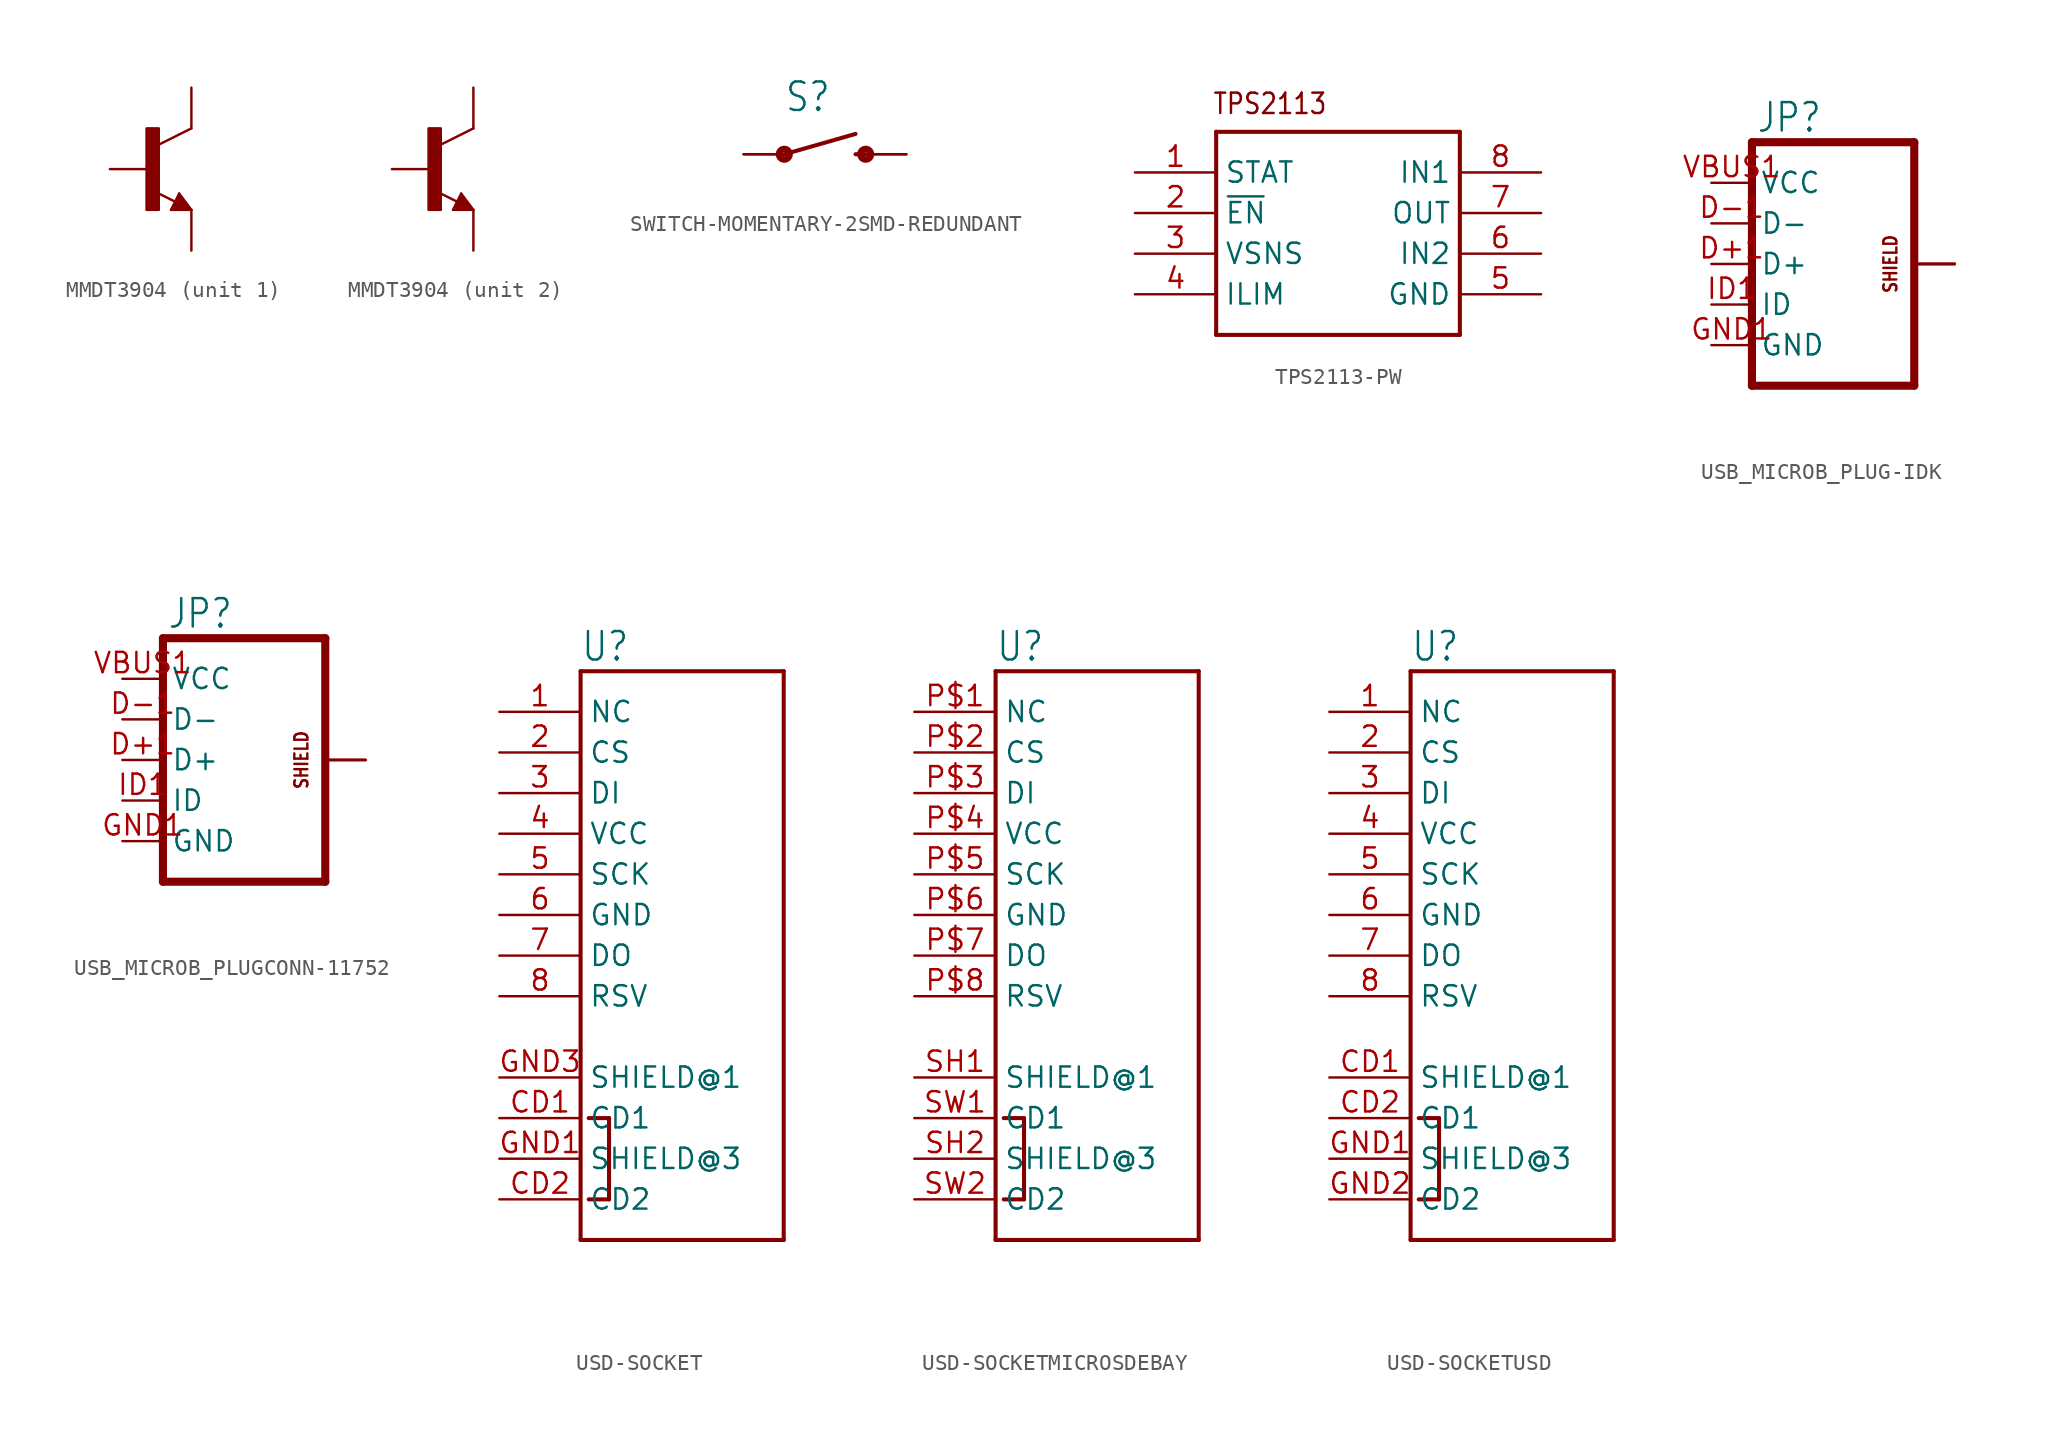
<source format=kicad_sym>
(kicad_symbol_lib
  (version 20231120)
  (generator "kicad_symbol_editor")
  (generator_version "8.0")
  (symbol "MMDT3904"
    (property "Reference" ""
      (at 5.08 0 0)
      (effects (font (size 1.778 1.511)) (justify left bottom) (hide yes)))
    (property "Value" ""
      (at 5.08 -2.54 0)
      (effects (font (size 1.778 1.511)) (justify left bottom)))
    (property "ki_locked" ""
      (at 0 0 0)
      (effects (font (size 1.27 1.27))))
    (symbol "MMDT3904_1_0"
      (rectangle (start -0.254 -2.54) (end 0.508 2.54) (stroke (width 0) (type default)) (fill (type outline)))
      (polyline (pts (xy 1.27 -2.54) (xy 1.778 -1.524)) (stroke (width 0.152) (type solid)) (fill (type none)))
      (polyline (pts (xy 1.524 -2.413) (xy 2.286 -2.413)) (stroke (width 0.254) (type solid)) (fill (type none)))
      (polyline (pts (xy 1.524 -2.286) (xy 1.905 -2.286)) (stroke (width 0.254) (type solid)) (fill (type none)))
      (polyline (pts (xy 1.54 -2.04) (xy 0.308 -1.424)) (stroke (width 0.152) (type solid)) (fill (type none)))
      (polyline (pts (xy 1.778 -1.778) (xy 1.524 -2.286)) (stroke (width 0.254) (type solid)) (fill (type none)))
      (polyline (pts (xy 1.778 -1.524) (xy 2.54 -2.54)) (stroke (width 0.152) (type solid)) (fill (type none)))
      (polyline (pts (xy 1.905 -2.286) (xy 1.778 -2.032)) (stroke (width 0.254) (type solid)) (fill (type none)))
      (polyline (pts (xy 2.286 -2.413) (xy 1.778 -1.778)) (stroke (width 0.254) (type solid)) (fill (type none)))
      (polyline (pts (xy 2.54 -2.54) (xy 1.27 -2.54)) (stroke (width 0.152) (type solid)) (fill (type none)))
      (polyline (pts (xy 2.54 2.54) (xy 0.508 1.524)) (stroke (width 0.152) (type solid)) (fill (type none)))
      (pin passive line (at 2.54 5.08 270) (length 2.54) (name "C" (effects (font (size 0 0)))) (number "3" (effects (font (size 0 0)))))
      (pin passive line (at 2.54 -5.08 90) (length 2.54) (name "E" (effects (font (size 0 0)))) (number "4" (effects (font (size 0 0)))))
      (pin passive line (at -2.54 0 0) (length 2.54) (name "B" (effects (font (size 0 0)))) (number "5" (effects (font (size 0 0))))))
    (symbol "MMDT3904_2_0"
      (rectangle (start -0.254 -2.54) (end 0.508 2.54) (stroke (width 0) (type default)) (fill (type outline)))
      (polyline (pts (xy 1.27 -2.54) (xy 1.778 -1.524)) (stroke (width 0.152) (type solid)) (fill (type none)))
      (polyline (pts (xy 1.524 -2.413) (xy 2.286 -2.413)) (stroke (width 0.254) (type solid)) (fill (type none)))
      (polyline (pts (xy 1.524 -2.286) (xy 1.905 -2.286)) (stroke (width 0.254) (type solid)) (fill (type none)))
      (polyline (pts (xy 1.54 -2.04) (xy 0.308 -1.424)) (stroke (width 0.152) (type solid)) (fill (type none)))
      (polyline (pts (xy 1.778 -1.778) (xy 1.524 -2.286)) (stroke (width 0.254) (type solid)) (fill (type none)))
      (polyline (pts (xy 1.778 -1.524) (xy 2.54 -2.54)) (stroke (width 0.152) (type solid)) (fill (type none)))
      (polyline (pts (xy 1.905 -2.286) (xy 1.778 -2.032)) (stroke (width 0.254) (type solid)) (fill (type none)))
      (polyline (pts (xy 2.286 -2.413) (xy 1.778 -1.778)) (stroke (width 0.254) (type solid)) (fill (type none)))
      (polyline (pts (xy 2.54 -2.54) (xy 1.27 -2.54)) (stroke (width 0.152) (type solid)) (fill (type none)))
      (polyline (pts (xy 2.54 2.54) (xy 0.508 1.524)) (stroke (width 0.152) (type solid)) (fill (type none)))
      (pin passive line (at 2.54 -5.08 90) (length 2.54) (name "E" (effects (font (size 0 0)))) (number "1" (effects (font (size 0 0)))))
      (pin passive line (at -2.54 0 0) (length 2.54) (name "B" (effects (font (size 0 0)))) (number "2" (effects (font (size 0 0)))))
      (pin passive line (at 2.54 5.08 270) (length 2.54) (name "C" (effects (font (size 0 0)))) (number "6" (effects (font (size 0 0)))))))
  (symbol "SWITCH-MOMENTARY-2SMD-REDUNDANT"
    (property "Reference" "S"
      (at -2.54 2.54 0)
      (effects (font (size 1.778 1.511)) (justify left bottom)))
    (property "Value" ""
      (at -2.54 -2.54 0)
      (effects (font (size 1.778 1.511)) (justify left bottom)))
    (property "ki_locked" ""
      (at 0 0 0)
      (effects (font (size 1.27 1.27))))
    (symbol "SWITCH-MOMENTARY-2SMD-REDUNDANT_1_0"
      (circle (center -2.54 0) (radius 0.127) (stroke (width 0.406) (type solid)) (fill (type none)))
      (polyline (pts (xy -2.54 0) (xy 1.905 1.27)) (stroke (width 0.254) (type solid)) (fill (type none)))
      (polyline (pts (xy 1.905 0) (xy 2.54 0)) (stroke (width 0.254) (type solid)) (fill (type none)))
      (circle (center 2.54 0) (radius 0.127) (stroke (width 0.406) (type solid)) (fill (type none)))
      (pin passive line (at -5.08 0 0) (length 2.54) (name "1" (effects (font (size 0 0)))) (number "1" (effects (font (size 0 0)))))
      (pin passive line (at -5.08 0 0) (length 2.54) (name "1" (effects (font (size 0 0)))) (number "2" (effects (font (size 0 0)))))
      (pin passive line (at 5.08 0 180) (length 2.54) (name "2" (effects (font (size 0 0)))) (number "3" (effects (font (size 0 0)))))
      (pin passive line (at 5.08 0 180) (length 2.54) (name "2" (effects (font (size 0 0)))) (number "4" (effects (font (size 0 0)))))))
  (symbol "TPS2113-PW"
    (property "Reference" ""
      (at 0 0 0)
      (effects (font (size 1.27 1.27)) (hide yes)))
    (property "ki_locked" ""
      (at 0 0 0)
      (effects (font (size 1.27 1.27))))
    (symbol "TPS2113-PW_1_0"
      (polyline (pts (xy -10.16 -7.62) (xy -10.16 5.08)) (stroke (width 0.254) (type solid)) (fill (type none)))
      (polyline (pts (xy -10.16 5.08) (xy 5.08 5.08)) (stroke (width 0.254) (type solid)) (fill (type none)))
      (polyline (pts (xy 5.08 -7.62) (xy -10.16 -7.62)) (stroke (width 0.254) (type solid)) (fill (type none)))
      (polyline (pts (xy 5.08 5.08) (xy 5.08 -7.62)) (stroke (width 0.254) (type solid)) (fill (type none)))
      (text "TPS2113" (at -10.414 6.096 0) (effects (font (size 1.27 1.079)) (justify left bottom)))
      (pin bidirectional line (at -15.24 2.54 0) (length 5.08) (name "STAT" (effects (font (size 1.27 1.27)))) (number "1" (effects (font (size 1.27 1.27)))))
      (pin bidirectional line (at -15.24 0 0) (length 5.08) (name "~{EN}" (effects (font (size 1.27 1.27)))) (number "2" (effects (font (size 1.27 1.27)))))
      (pin bidirectional line (at -15.24 -2.54 0) (length 5.08) (name "VSNS" (effects (font (size 1.27 1.27)))) (number "3" (effects (font (size 1.27 1.27)))))
      (pin bidirectional line (at -15.24 -5.08 0) (length 5.08) (name "ILIM" (effects (font (size 1.27 1.27)))) (number "4" (effects (font (size 1.27 1.27)))))
      (pin bidirectional line (at 10.16 -5.08 180) (length 5.08) (name "GND" (effects (font (size 1.27 1.27)))) (number "5" (effects (font (size 1.27 1.27)))))
      (pin bidirectional line (at 10.16 -2.54 180) (length 5.08) (name "IN2" (effects (font (size 1.27 1.27)))) (number "6" (effects (font (size 1.27 1.27)))))
      (pin bidirectional line (at 10.16 0 180) (length 5.08) (name "OUT" (effects (font (size 1.27 1.27)))) (number "7" (effects (font (size 1.27 1.27)))))
      (pin bidirectional line (at 10.16 2.54 180) (length 5.08) (name "IN1" (effects (font (size 1.27 1.27)))) (number "8" (effects (font (size 1.27 1.27)))))))
  (symbol "USB_MICROB_PLUG-IDK"
    (property "Reference" "JP"
      (at -4.826 8.128 0)
      (effects (font (size 1.778 1.511)) (justify left bottom)))
    (property "Value" ""
      (at -5.08 -9.906 0)
      (effects (font (size 1.778 1.511)) (justify left bottom)))
    (property "ki_locked" ""
      (at 0 0 0)
      (effects (font (size 1.27 1.27))))
    (symbol "USB_MICROB_PLUG-IDK_1_0"
      (polyline (pts (xy -5.08 -7.62) (xy 5.08 -7.62)) (stroke (width 0.508) (type solid)) (fill (type none)))
      (polyline (pts (xy -5.08 7.62) (xy -5.08 -7.62)) (stroke (width 0.508) (type solid)) (fill (type none)))
      (polyline (pts (xy 5.08 -7.62) (xy 5.08 7.62)) (stroke (width 0.508) (type solid)) (fill (type none)))
      (polyline (pts (xy 5.08 7.62) (xy -5.08 7.62)) (stroke (width 0.508) (type solid)) (fill (type none)))
      (text "SHIELD" (at 4.064 0 900) (effects (font (size 0.813 0.691)) (justify bottom)))
      (pin bidirectional line (at -7.62 0 0) (length 2.54) (name "D+" (effects (font (size 1.27 1.27)))) (number "D+1" (effects (font (size 1.27 1.27)))))
      (pin bidirectional line (at -7.62 2.54 0) (length 2.54) (name "D-" (effects (font (size 1.27 1.27)))) (number "D-1" (effects (font (size 1.27 1.27)))))
      (pin bidirectional line (at -7.62 -5.08 0) (length 2.54) (name "GND" (effects (font (size 1.27 1.27)))) (number "GND1" (effects (font (size 1.27 1.27)))))
      (pin bidirectional line (at -7.62 -2.54 0) (length 2.54) (name "ID" (effects (font (size 1.27 1.27)))) (number "ID1" (effects (font (size 1.27 1.27)))))
      (pin bidirectional line (at 7.62 0 180) (length 2.54) (name "SHIELD" (effects (font (size 0 0)))) (number "P$1" (effects (font (size 0 0)))))
      (pin bidirectional line (at 7.62 0 180) (length 2.54) (name "SHIELD" (effects (font (size 0 0)))) (number "P$2" (effects (font (size 0 0)))))
      (pin bidirectional line (at 7.62 0 180) (length 2.54) (name "SHIELD" (effects (font (size 0 0)))) (number "P$3" (effects (font (size 0 0)))))
      (pin bidirectional line (at 7.62 0 180) (length 2.54) (name "SHIELD" (effects (font (size 0 0)))) (number "P$4" (effects (font (size 0 0)))))
      (pin bidirectional line (at -7.62 5.08 0) (length 2.54) (name "VCC" (effects (font (size 1.27 1.27)))) (number "VBUS1" (effects (font (size 1.27 1.27)))))))
  (symbol "USB_MICROB_PLUGCONN-11752"
    (property "Reference" "JP"
      (at -4.826 8.128 0)
      (effects (font (size 1.778 1.511)) (justify left bottom)))
    (property "Value" ""
      (at -5.08 -9.906 0)
      (effects (font (size 1.778 1.511)) (justify left bottom)))
    (property "ki_locked" ""
      (at 0 0 0)
      (effects (font (size 1.27 1.27))))
    (symbol "USB_MICROB_PLUGCONN-11752_1_0"
      (polyline (pts (xy -5.08 -7.62) (xy 5.08 -7.62)) (stroke (width 0.508) (type solid)) (fill (type none)))
      (polyline (pts (xy -5.08 7.62) (xy -5.08 -7.62)) (stroke (width 0.508) (type solid)) (fill (type none)))
      (polyline (pts (xy 5.08 -7.62) (xy 5.08 7.62)) (stroke (width 0.508) (type solid)) (fill (type none)))
      (polyline (pts (xy 5.08 7.62) (xy -5.08 7.62)) (stroke (width 0.508) (type solid)) (fill (type none)))
      (text "SHIELD" (at 4.064 0 900) (effects (font (size 0.813 0.691)) (justify bottom)))
      (pin bidirectional line (at -7.62 0 0) (length 2.54) (name "D+" (effects (font (size 1.27 1.27)))) (number "D+1" (effects (font (size 1.27 1.27)))))
      (pin bidirectional line (at -7.62 2.54 0) (length 2.54) (name "D-" (effects (font (size 1.27 1.27)))) (number "D-1" (effects (font (size 1.27 1.27)))))
      (pin bidirectional line (at -7.62 -5.08 0) (length 2.54) (name "GND" (effects (font (size 1.27 1.27)))) (number "GND1" (effects (font (size 1.27 1.27)))))
      (pin bidirectional line (at -7.62 -2.54 0) (length 2.54) (name "ID" (effects (font (size 1.27 1.27)))) (number "ID1" (effects (font (size 1.27 1.27)))))
      (pin bidirectional line (at 7.62 0 180) (length 2.54) (name "SHIELD" (effects (font (size 0 0)))) (number "SHIELD1" (effects (font (size 0 0)))))
      (pin bidirectional line (at 7.62 0 180) (length 2.54) (name "SHIELD" (effects (font (size 0 0)))) (number "SHIELD2" (effects (font (size 0 0)))))
      (pin bidirectional line (at 7.62 0 180) (length 2.54) (name "SHIELD" (effects (font (size 0 0)))) (number "SHIELD3" (effects (font (size 0 0)))))
      (pin bidirectional line (at -7.62 5.08 0) (length 2.54) (name "VCC" (effects (font (size 1.27 1.27)))) (number "VBUS1" (effects (font (size 1.27 1.27)))))))
  (symbol "USD-SOCKET"
    (property "Reference" "U"
      (at -2.54 15.748 0)
      (effects (font (size 1.778 1.511)) (justify left bottom)))
    (property "Value" ""
      (at -2.54 -22.86 0)
      (effects (font (size 1.778 1.511)) (justify left bottom)))
    (property "ki_locked" ""
      (at 0 0 0)
      (effects (font (size 1.27 1.27))))
    (symbol "USD-SOCKET_1_0"
      (polyline (pts (xy -2.54 -20.32) (xy -2.54 15.24)) (stroke (width 0.254) (type solid)) (fill (type none)))
      (polyline (pts (xy -2.54 15.24) (xy 10.16 15.24)) (stroke (width 0.254) (type solid)) (fill (type none)))
      (polyline (pts (xy -0.762 -17.78) (xy -2.032 -17.78)) (stroke (width 0.254) (type solid)) (fill (type none)))
      (polyline (pts (xy -0.762 -12.7) (xy -2.032 -12.7)) (stroke (width 0.254) (type solid)) (fill (type none)))
      (polyline (pts (xy -0.762 -12.7) (xy -0.762 -17.78)) (stroke (width 0.254) (type solid)) (fill (type none)))
      (polyline (pts (xy 10.16 -20.32) (xy -2.54 -20.32)) (stroke (width 0.254) (type solid)) (fill (type none)))
      (polyline (pts (xy 10.16 15.24) (xy 10.16 -20.32)) (stroke (width 0.254) (type solid)) (fill (type none)))
      (pin bidirectional line (at -7.62 12.7 0) (length 5.08) (name "NC" (effects (font (size 1.27 1.27)))) (number "1" (effects (font (size 1.27 1.27)))))
      (pin bidirectional line (at -7.62 10.16 0) (length 5.08) (name "CS" (effects (font (size 1.27 1.27)))) (number "2" (effects (font (size 1.27 1.27)))))
      (pin bidirectional line (at -7.62 7.62 0) (length 5.08) (name "DI" (effects (font (size 1.27 1.27)))) (number "3" (effects (font (size 1.27 1.27)))))
      (pin bidirectional line (at -7.62 5.08 0) (length 5.08) (name "VCC" (effects (font (size 1.27 1.27)))) (number "4" (effects (font (size 1.27 1.27)))))
      (pin bidirectional line (at -7.62 2.54 0) (length 5.08) (name "SCK" (effects (font (size 1.27 1.27)))) (number "5" (effects (font (size 1.27 1.27)))))
      (pin bidirectional line (at -7.62 0 0) (length 5.08) (name "GND" (effects (font (size 1.27 1.27)))) (number "6" (effects (font (size 1.27 1.27)))))
      (pin bidirectional line (at -7.62 -2.54 0) (length 5.08) (name "DO" (effects (font (size 1.27 1.27)))) (number "7" (effects (font (size 1.27 1.27)))))
      (pin bidirectional line (at -7.62 -5.08 0) (length 5.08) (name "RSV" (effects (font (size 1.27 1.27)))) (number "8" (effects (font (size 1.27 1.27)))))
      (pin bidirectional line (at -7.62 -12.7 0) (length 5.08) (name "CD1" (effects (font (size 1.27 1.27)))) (number "CD1" (effects (font (size 1.27 1.27)))))
      (pin bidirectional line (at -7.62 -17.78 0) (length 5.08) (name "CD2" (effects (font (size 1.27 1.27)))) (number "CD2" (effects (font (size 1.27 1.27)))))
      (pin bidirectional line (at -7.62 -15.24 0) (length 5.08) (name "SHIELD@3" (effects (font (size 1.27 1.27)))) (number "GND1" (effects (font (size 1.27 1.27)))))
      (pin bidirectional line (at -7.62 -10.16 0) (length 5.08) (name "SHIELD@1" (effects (font (size 1.27 1.27)))) (number "GND3" (effects (font (size 1.27 1.27)))))))
  (symbol "USD-SOCKETMICROSDEBAY"
    (property "Reference" "U"
      (at -2.54 15.748 0)
      (effects (font (size 1.778 1.511)) (justify left bottom)))
    (property "Value" ""
      (at -2.54 -22.86 0)
      (effects (font (size 1.778 1.511)) (justify left bottom)))
    (property "ki_locked" ""
      (at 0 0 0)
      (effects (font (size 1.27 1.27))))
    (symbol "USD-SOCKETMICROSDEBAY_1_0"
      (polyline (pts (xy -2.54 -20.32) (xy -2.54 15.24)) (stroke (width 0.254) (type solid)) (fill (type none)))
      (polyline (pts (xy -2.54 15.24) (xy 10.16 15.24)) (stroke (width 0.254) (type solid)) (fill (type none)))
      (polyline (pts (xy -0.762 -17.78) (xy -2.032 -17.78)) (stroke (width 0.254) (type solid)) (fill (type none)))
      (polyline (pts (xy -0.762 -12.7) (xy -2.032 -12.7)) (stroke (width 0.254) (type solid)) (fill (type none)))
      (polyline (pts (xy -0.762 -12.7) (xy -0.762 -17.78)) (stroke (width 0.254) (type solid)) (fill (type none)))
      (polyline (pts (xy 10.16 -20.32) (xy -2.54 -20.32)) (stroke (width 0.254) (type solid)) (fill (type none)))
      (polyline (pts (xy 10.16 15.24) (xy 10.16 -20.32)) (stroke (width 0.254) (type solid)) (fill (type none)))
      (pin bidirectional line (at -7.62 12.7 0) (length 5.08) (name "NC" (effects (font (size 1.27 1.27)))) (number "P$1" (effects (font (size 1.27 1.27)))))
      (pin bidirectional line (at -7.62 10.16 0) (length 5.08) (name "CS" (effects (font (size 1.27 1.27)))) (number "P$2" (effects (font (size 1.27 1.27)))))
      (pin bidirectional line (at -7.62 7.62 0) (length 5.08) (name "DI" (effects (font (size 1.27 1.27)))) (number "P$3" (effects (font (size 1.27 1.27)))))
      (pin bidirectional line (at -7.62 5.08 0) (length 5.08) (name "VCC" (effects (font (size 1.27 1.27)))) (number "P$4" (effects (font (size 1.27 1.27)))))
      (pin bidirectional line (at -7.62 2.54 0) (length 5.08) (name "SCK" (effects (font (size 1.27 1.27)))) (number "P$5" (effects (font (size 1.27 1.27)))))
      (pin bidirectional line (at -7.62 0 0) (length 5.08) (name "GND" (effects (font (size 1.27 1.27)))) (number "P$6" (effects (font (size 1.27 1.27)))))
      (pin bidirectional line (at -7.62 -2.54 0) (length 5.08) (name "DO" (effects (font (size 1.27 1.27)))) (number "P$7" (effects (font (size 1.27 1.27)))))
      (pin bidirectional line (at -7.62 -5.08 0) (length 5.08) (name "RSV" (effects (font (size 1.27 1.27)))) (number "P$8" (effects (font (size 1.27 1.27)))))
      (pin bidirectional line (at -7.62 -10.16 0) (length 5.08) (name "SHIELD@1" (effects (font (size 1.27 1.27)))) (number "SH1" (effects (font (size 1.27 1.27)))))
      (pin bidirectional line (at -7.62 -15.24 0) (length 5.08) (name "SHIELD@3" (effects (font (size 1.27 1.27)))) (number "SH2" (effects (font (size 1.27 1.27)))))
      (pin bidirectional line (at -7.62 -12.7 0) (length 5.08) (name "CD1" (effects (font (size 1.27 1.27)))) (number "SW1" (effects (font (size 1.27 1.27)))))
      (pin bidirectional line (at -7.62 -17.78 0) (length 5.08) (name "CD2" (effects (font (size 1.27 1.27)))) (number "SW2" (effects (font (size 1.27 1.27)))))))
  (symbol "USD-SOCKETUSD"
    (property "Reference" "U"
      (at -2.54 15.748 0)
      (effects (font (size 1.778 1.511)) (justify left bottom)))
    (property "Value" ""
      (at -2.54 -22.86 0)
      (effects (font (size 1.778 1.511)) (justify left bottom)))
    (property "ki_locked" ""
      (at 0 0 0)
      (effects (font (size 1.27 1.27))))
    (symbol "USD-SOCKETUSD_1_0"
      (polyline (pts (xy -2.54 -20.32) (xy -2.54 15.24)) (stroke (width 0.254) (type solid)) (fill (type none)))
      (polyline (pts (xy -2.54 15.24) (xy 10.16 15.24)) (stroke (width 0.254) (type solid)) (fill (type none)))
      (polyline (pts (xy -0.762 -17.78) (xy -2.032 -17.78)) (stroke (width 0.254) (type solid)) (fill (type none)))
      (polyline (pts (xy -0.762 -12.7) (xy -2.032 -12.7)) (stroke (width 0.254) (type solid)) (fill (type none)))
      (polyline (pts (xy -0.762 -12.7) (xy -0.762 -17.78)) (stroke (width 0.254) (type solid)) (fill (type none)))
      (polyline (pts (xy 10.16 -20.32) (xy -2.54 -20.32)) (stroke (width 0.254) (type solid)) (fill (type none)))
      (polyline (pts (xy 10.16 15.24) (xy 10.16 -20.32)) (stroke (width 0.254) (type solid)) (fill (type none)))
      (pin bidirectional line (at -7.62 12.7 0) (length 5.08) (name "NC" (effects (font (size 1.27 1.27)))) (number "1" (effects (font (size 1.27 1.27)))))
      (pin bidirectional line (at -7.62 10.16 0) (length 5.08) (name "CS" (effects (font (size 1.27 1.27)))) (number "2" (effects (font (size 1.27 1.27)))))
      (pin bidirectional line (at -7.62 7.62 0) (length 5.08) (name "DI" (effects (font (size 1.27 1.27)))) (number "3" (effects (font (size 1.27 1.27)))))
      (pin bidirectional line (at -7.62 5.08 0) (length 5.08) (name "VCC" (effects (font (size 1.27 1.27)))) (number "4" (effects (font (size 1.27 1.27)))))
      (pin bidirectional line (at -7.62 2.54 0) (length 5.08) (name "SCK" (effects (font (size 1.27 1.27)))) (number "5" (effects (font (size 1.27 1.27)))))
      (pin bidirectional line (at -7.62 0 0) (length 5.08) (name "GND" (effects (font (size 1.27 1.27)))) (number "6" (effects (font (size 1.27 1.27)))))
      (pin bidirectional line (at -7.62 -2.54 0) (length 5.08) (name "DO" (effects (font (size 1.27 1.27)))) (number "7" (effects (font (size 1.27 1.27)))))
      (pin bidirectional line (at -7.62 -5.08 0) (length 5.08) (name "RSV" (effects (font (size 1.27 1.27)))) (number "8" (effects (font (size 1.27 1.27)))))
      (pin bidirectional line (at -7.62 -10.16 0) (length 5.08) (name "SHIELD@1" (effects (font (size 1.27 1.27)))) (number "CD1" (effects (font (size 1.27 1.27)))))
      (pin bidirectional line (at -7.62 -12.7 0) (length 5.08) (name "CD1" (effects (font (size 1.27 1.27)))) (number "CD2" (effects (font (size 1.27 1.27)))))
      (pin bidirectional line (at -7.62 -15.24 0) (length 5.08) (name "SHIELD@3" (effects (font (size 1.27 1.27)))) (number "GND1" (effects (font (size 1.27 1.27)))))
      (pin bidirectional line (at -7.62 -17.78 0) (length 5.08) (name "CD2" (effects (font (size 1.27 1.27)))) (number "GND2" (effects (font (size 1.27 1.27))))))))
</source>
